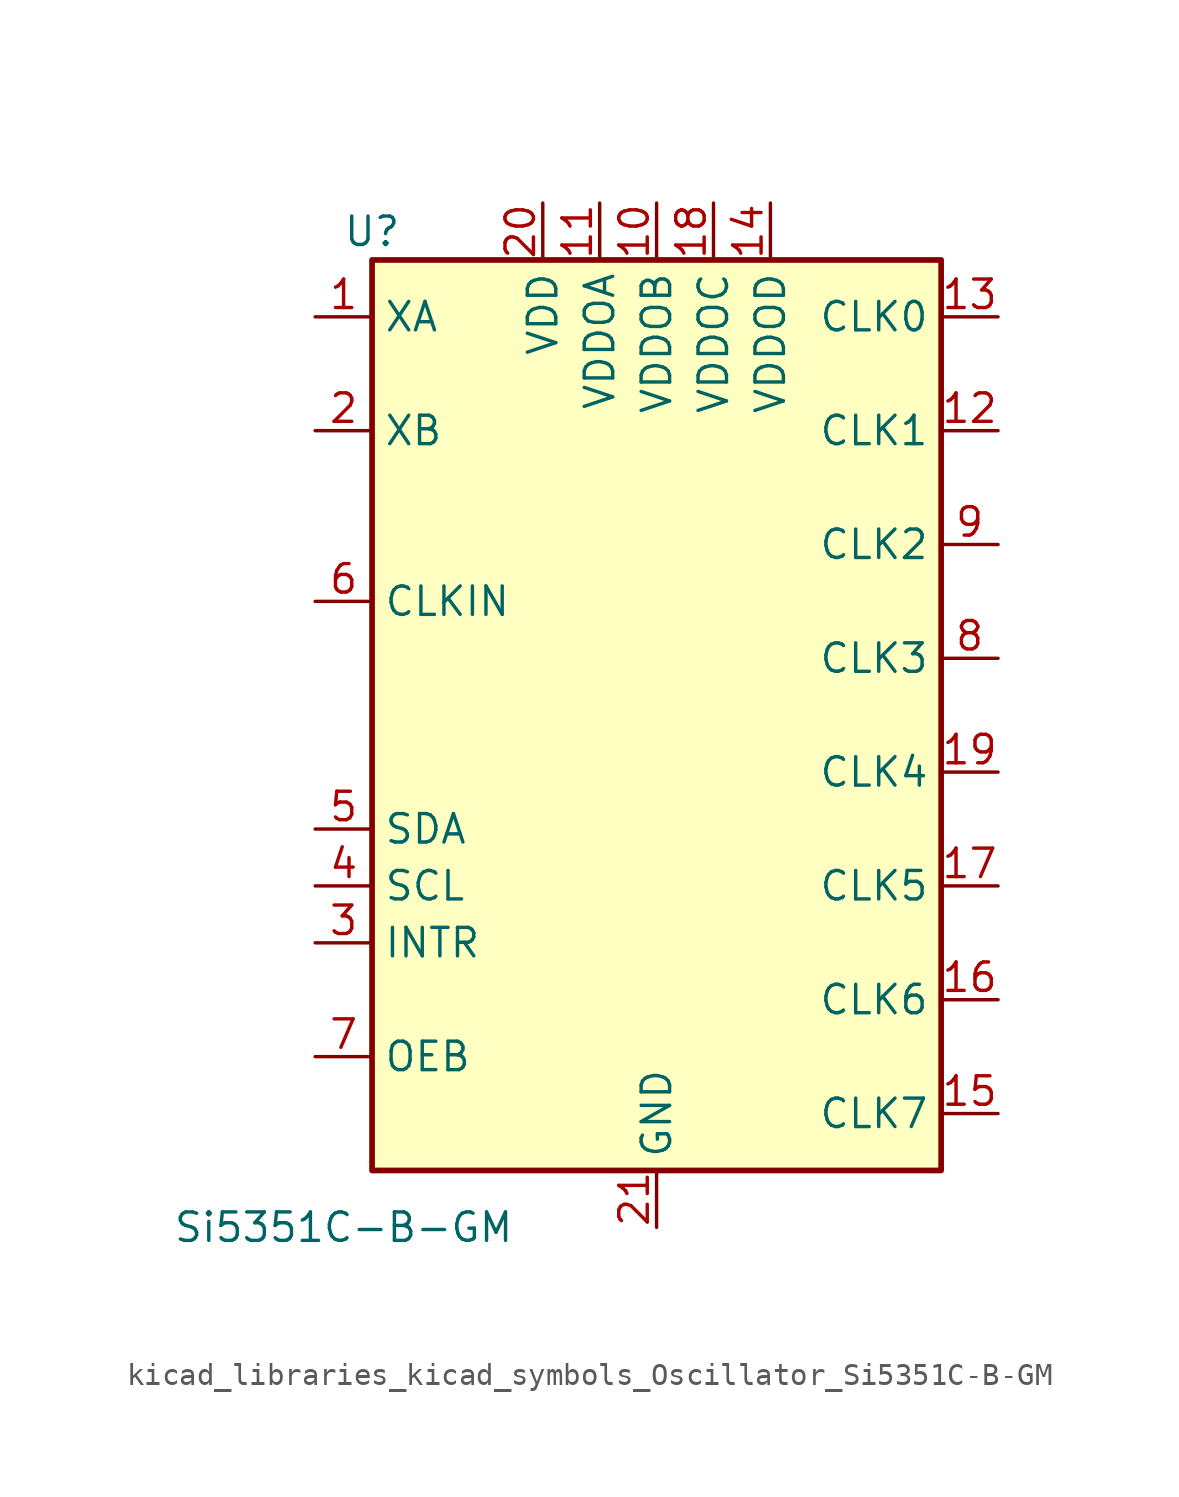
<source format=kicad_sym>
(kicad_symbol_lib
  (version 20220914)
  (generator kicad_symbol_editor)
  (symbol "kicad_libraries_kicad_symbols_Oscillator_Si5351C-B-GM"
    (property "Reference" "U"
      (at -12.7 21.59 0)
      (effects (font (size 1.27 1.27))))
    (property "Value" "Si5351C-B-GM"
      (at -13.97 -22.86 0)
      (effects (font (size 1.27 1.27))))
    (symbol "kicad_libraries_kicad_symbols_Oscillator_Si5351C-B-GM_1_1"
      (rectangle (start -12.7 20.32) (end 12.7 -20.32) (stroke (width 0.254) (type default)) (fill (type background)))
      (pin input line (at -15.24 17.78 0) (length 2.54) (name "XA" (effects (font (size 1.27 1.27)))) (number "1" (effects (font (size 1.27 1.27)))))
      (pin power_in line (at 0 22.86 270) (length 2.54) (name "VDDOB" (effects (font (size 1.27 1.27)))) (number "10" (effects (font (size 1.27 1.27)))))
      (pin power_in line (at -2.54 22.86 270) (length 2.54) (name "VDDOA" (effects (font (size 1.27 1.27)))) (number "11" (effects (font (size 1.27 1.27)))))
      (pin output line (at 15.24 12.7 180) (length 2.54) (name "CLK1" (effects (font (size 1.27 1.27)))) (number "12" (effects (font (size 1.27 1.27)))))
      (pin output line (at 15.24 17.78 180) (length 2.54) (name "CLK0" (effects (font (size 1.27 1.27)))) (number "13" (effects (font (size 1.27 1.27)))))
      (pin power_in line (at 5.08 22.86 270) (length 2.54) (name "VDDOD" (effects (font (size 1.27 1.27)))) (number "14" (effects (font (size 1.27 1.27)))))
      (pin output line (at 15.24 -17.78 180) (length 2.54) (name "CLK7" (effects (font (size 1.27 1.27)))) (number "15" (effects (font (size 1.27 1.27)))))
      (pin output line (at 15.24 -12.7 180) (length 2.54) (name "CLK6" (effects (font (size 1.27 1.27)))) (number "16" (effects (font (size 1.27 1.27)))))
      (pin output line (at 15.24 -7.62 180) (length 2.54) (name "CLK5" (effects (font (size 1.27 1.27)))) (number "17" (effects (font (size 1.27 1.27)))))
      (pin power_in line (at 2.54 22.86 270) (length 2.54) (name "VDDOC" (effects (font (size 1.27 1.27)))) (number "18" (effects (font (size 1.27 1.27)))))
      (pin output line (at 15.24 -2.54 180) (length 2.54) (name "CLK4" (effects (font (size 1.27 1.27)))) (number "19" (effects (font (size 1.27 1.27)))))
      (pin input line (at -15.24 12.7 0) (length 2.54) (name "XB" (effects (font (size 1.27 1.27)))) (number "2" (effects (font (size 1.27 1.27)))))
      (pin power_in line (at -5.08 22.86 270) (length 2.54) (name "VDD" (effects (font (size 1.27 1.27)))) (number "20" (effects (font (size 1.27 1.27)))))
      (pin power_in line (at 0 -22.86 90) (length 2.54) (name "GND" (effects (font (size 1.27 1.27)))) (number "21" (effects (font (size 1.27 1.27)))))
      (pin output line (at -15.24 -10.16 0) (length 2.54) (name "INTR" (effects (font (size 1.27 1.27)))) (number "3" (effects (font (size 1.27 1.27)))))
      (pin input line (at -15.24 -7.62 0) (length 2.54) (name "SCL" (effects (font (size 1.27 1.27)))) (number "4" (effects (font (size 1.27 1.27)))))
      (pin bidirectional line (at -15.24 -5.08 0) (length 2.54) (name "SDA" (effects (font (size 1.27 1.27)))) (number "5" (effects (font (size 1.27 1.27)))))
      (pin input line (at -15.24 5.08 0) (length 2.54) (name "CLKIN" (effects (font (size 1.27 1.27)))) (number "6" (effects (font (size 1.27 1.27)))))
      (pin input line (at -15.24 -15.24 0) (length 2.54) (name "OEB" (effects (font (size 1.27 1.27)))) (number "7" (effects (font (size 1.27 1.27)))))
      (pin output line (at 15.24 2.54 180) (length 2.54) (name "CLK3" (effects (font (size 1.27 1.27)))) (number "8" (effects (font (size 1.27 1.27)))))
      (pin output line (at 15.24 7.62 180) (length 2.54) (name "CLK2" (effects (font (size 1.27 1.27)))) (number "9" (effects (font (size 1.27 1.27))))))))
</source>
